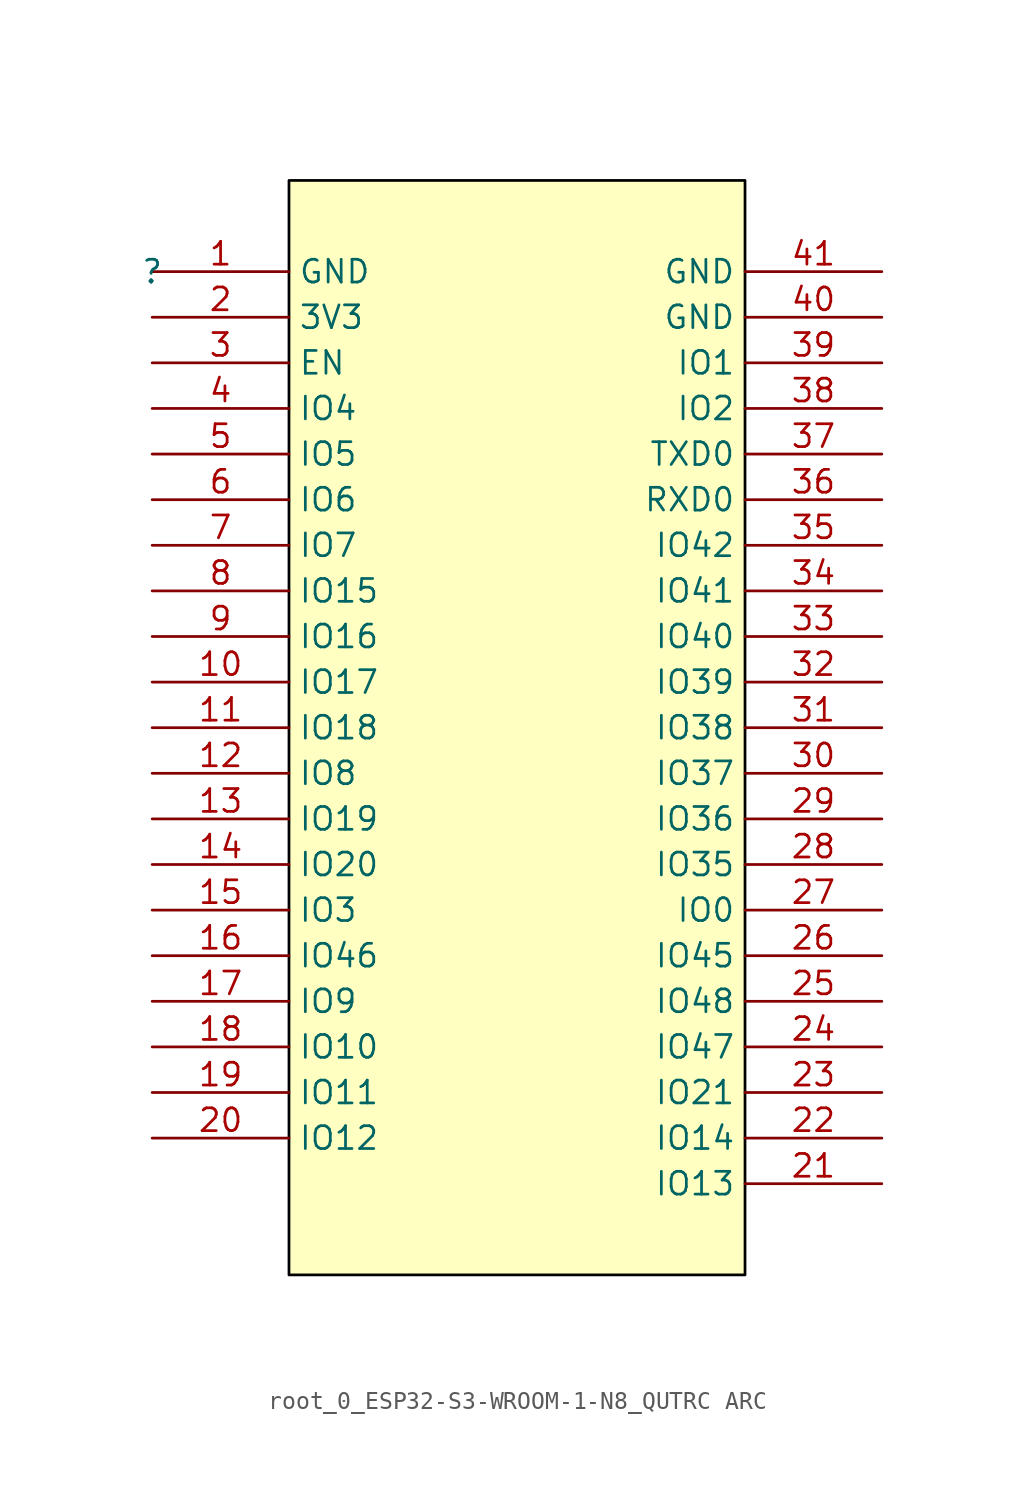
<source format=kicad_sym>
(kicad_symbol_lib
  (version 20241209)
  (generator "kicad_symbol_editor")
  (generator_version "9.99")
  (symbol "root_0_ESP32-S3-WROOM-1-N8_QUTRC ARC"
    (property "Reference" ""
      (at 0 0 0)
      (effects (font (size 1.27 1.27))))
    (property "Value" ""
      (at 0 0 0)
      (effects (font (size 1.27 1.27))))
    (symbol "root_0_ESP32-S3-WROOM-1-N8_QUTRC ARC_1_0"
      (rectangle (start 33.02 5.08) (end 7.62 -55.88) (stroke (width 0) (type solid) (color 0 0 0 1)) (fill (type background)))
      (pin power_in line (at 0 0 0) (length 7.62) (name "GND" (effects (font (size 1.27 1.27)))) (number "1" (effects (font (size 1.27 1.27)))))
      (pin power_in line (at 0 -2.54 0) (length 7.62) (name "3V3" (effects (font (size 1.27 1.27)))) (number "2" (effects (font (size 1.27 1.27)))))
      (pin input line (at 0 -5.08 0) (length 7.62) (name "EN" (effects (font (size 1.27 1.27)))) (number "3" (effects (font (size 1.27 1.27)))))
      (pin bidirectional line (at 0 -7.62 0) (length 7.62) (name "IO4" (effects (font (size 1.27 1.27)))) (number "4" (effects (font (size 1.27 1.27)))))
      (pin bidirectional line (at 0 -10.16 0) (length 7.62) (name "IO5" (effects (font (size 1.27 1.27)))) (number "5" (effects (font (size 1.27 1.27)))))
      (pin bidirectional line (at 0 -12.7 0) (length 7.62) (name "IO6" (effects (font (size 1.27 1.27)))) (number "6" (effects (font (size 1.27 1.27)))))
      (pin bidirectional line (at 0 -15.24 0) (length 7.62) (name "IO7" (effects (font (size 1.27 1.27)))) (number "7" (effects (font (size 1.27 1.27)))))
      (pin bidirectional line (at 0 -17.78 0) (length 7.62) (name "IO15" (effects (font (size 1.27 1.27)))) (number "8" (effects (font (size 1.27 1.27)))))
      (pin bidirectional line (at 0 -20.32 0) (length 7.62) (name "IO16" (effects (font (size 1.27 1.27)))) (number "9" (effects (font (size 1.27 1.27)))))
      (pin bidirectional line (at 0 -22.86 0) (length 7.62) (name "IO17" (effects (font (size 1.27 1.27)))) (number "10" (effects (font (size 1.27 1.27)))))
      (pin bidirectional line (at 0 -25.4 0) (length 7.62) (name "IO18" (effects (font (size 1.27 1.27)))) (number "11" (effects (font (size 1.27 1.27)))))
      (pin bidirectional line (at 0 -27.94 0) (length 7.62) (name "IO8" (effects (font (size 1.27 1.27)))) (number "12" (effects (font (size 1.27 1.27)))))
      (pin bidirectional line (at 0 -30.48 0) (length 7.62) (name "IO19" (effects (font (size 1.27 1.27)))) (number "13" (effects (font (size 1.27 1.27)))))
      (pin bidirectional line (at 0 -33.02 0) (length 7.62) (name "IO20" (effects (font (size 1.27 1.27)))) (number "14" (effects (font (size 1.27 1.27)))))
      (pin bidirectional line (at 0 -35.56 0) (length 7.62) (name "IO3" (effects (font (size 1.27 1.27)))) (number "15" (effects (font (size 1.27 1.27)))))
      (pin bidirectional line (at 0 -38.1 0) (length 7.62) (name "IO46" (effects (font (size 1.27 1.27)))) (number "16" (effects (font (size 1.27 1.27)))))
      (pin bidirectional line (at 0 -40.64 0) (length 7.62) (name "IO9" (effects (font (size 1.27 1.27)))) (number "17" (effects (font (size 1.27 1.27)))))
      (pin bidirectional line (at 0 -43.18 0) (length 7.62) (name "IO10" (effects (font (size 1.27 1.27)))) (number "18" (effects (font (size 1.27 1.27)))))
      (pin bidirectional line (at 0 -45.72 0) (length 7.62) (name "IO11" (effects (font (size 1.27 1.27)))) (number "19" (effects (font (size 1.27 1.27)))))
      (pin bidirectional line (at 0 -48.26 0) (length 7.62) (name "IO12" (effects (font (size 1.27 1.27)))) (number "20" (effects (font (size 1.27 1.27)))))
      (pin power_in line (at 40.64 0 180) (length 7.62) (name "GND" (effects (font (size 1.27 1.27)))) (number "41" (effects (font (size 1.27 1.27)))))
      (pin power_in line (at 40.64 -2.54 180) (length 7.62) (name "GND" (effects (font (size 1.27 1.27)))) (number "40" (effects (font (size 1.27 1.27)))))
      (pin bidirectional line (at 40.64 -5.08 180) (length 7.62) (name "IO1" (effects (font (size 1.27 1.27)))) (number "39" (effects (font (size 1.27 1.27)))))
      (pin bidirectional line (at 40.64 -7.62 180) (length 7.62) (name "IO2" (effects (font (size 1.27 1.27)))) (number "38" (effects (font (size 1.27 1.27)))))
      (pin bidirectional line (at 40.64 -10.16 180) (length 7.62) (name "TXD0" (effects (font (size 1.27 1.27)))) (number "37" (effects (font (size 1.27 1.27)))))
      (pin bidirectional line (at 40.64 -12.7 180) (length 7.62) (name "RXD0" (effects (font (size 1.27 1.27)))) (number "36" (effects (font (size 1.27 1.27)))))
      (pin bidirectional line (at 40.64 -15.24 180) (length 7.62) (name "IO42" (effects (font (size 1.27 1.27)))) (number "35" (effects (font (size 1.27 1.27)))))
      (pin bidirectional line (at 40.64 -17.78 180) (length 7.62) (name "IO41" (effects (font (size 1.27 1.27)))) (number "34" (effects (font (size 1.27 1.27)))))
      (pin bidirectional line (at 40.64 -20.32 180) (length 7.62) (name "IO40" (effects (font (size 1.27 1.27)))) (number "33" (effects (font (size 1.27 1.27)))))
      (pin bidirectional line (at 40.64 -22.86 180) (length 7.62) (name "IO39" (effects (font (size 1.27 1.27)))) (number "32" (effects (font (size 1.27 1.27)))))
      (pin bidirectional line (at 40.64 -25.4 180) (length 7.62) (name "IO38" (effects (font (size 1.27 1.27)))) (number "31" (effects (font (size 1.27 1.27)))))
      (pin bidirectional line (at 40.64 -27.94 180) (length 7.62) (name "IO37" (effects (font (size 1.27 1.27)))) (number "30" (effects (font (size 1.27 1.27)))))
      (pin bidirectional line (at 40.64 -30.48 180) (length 7.62) (name "IO36" (effects (font (size 1.27 1.27)))) (number "29" (effects (font (size 1.27 1.27)))))
      (pin bidirectional line (at 40.64 -33.02 180) (length 7.62) (name "IO35" (effects (font (size 1.27 1.27)))) (number "28" (effects (font (size 1.27 1.27)))))
      (pin bidirectional line (at 40.64 -35.56 180) (length 7.62) (name "IO0" (effects (font (size 1.27 1.27)))) (number "27" (effects (font (size 1.27 1.27)))))
      (pin bidirectional line (at 40.64 -38.1 180) (length 7.62) (name "IO45" (effects (font (size 1.27 1.27)))) (number "26" (effects (font (size 1.27 1.27)))))
      (pin bidirectional line (at 40.64 -40.64 180) (length 7.62) (name "IO48" (effects (font (size 1.27 1.27)))) (number "25" (effects (font (size 1.27 1.27)))))
      (pin bidirectional line (at 40.64 -43.18 180) (length 7.62) (name "IO47" (effects (font (size 1.27 1.27)))) (number "24" (effects (font (size 1.27 1.27)))))
      (pin bidirectional line (at 40.64 -45.72 180) (length 7.62) (name "IO21" (effects (font (size 1.27 1.27)))) (number "23" (effects (font (size 1.27 1.27)))))
      (pin bidirectional line (at 40.64 -48.26 180) (length 7.62) (name "IO14" (effects (font (size 1.27 1.27)))) (number "22" (effects (font (size 1.27 1.27)))))
      (pin bidirectional line (at 40.64 -50.8 180) (length 7.62) (name "IO13" (effects (font (size 1.27 1.27)))) (number "21" (effects (font (size 1.27 1.27))))))))
</source>
